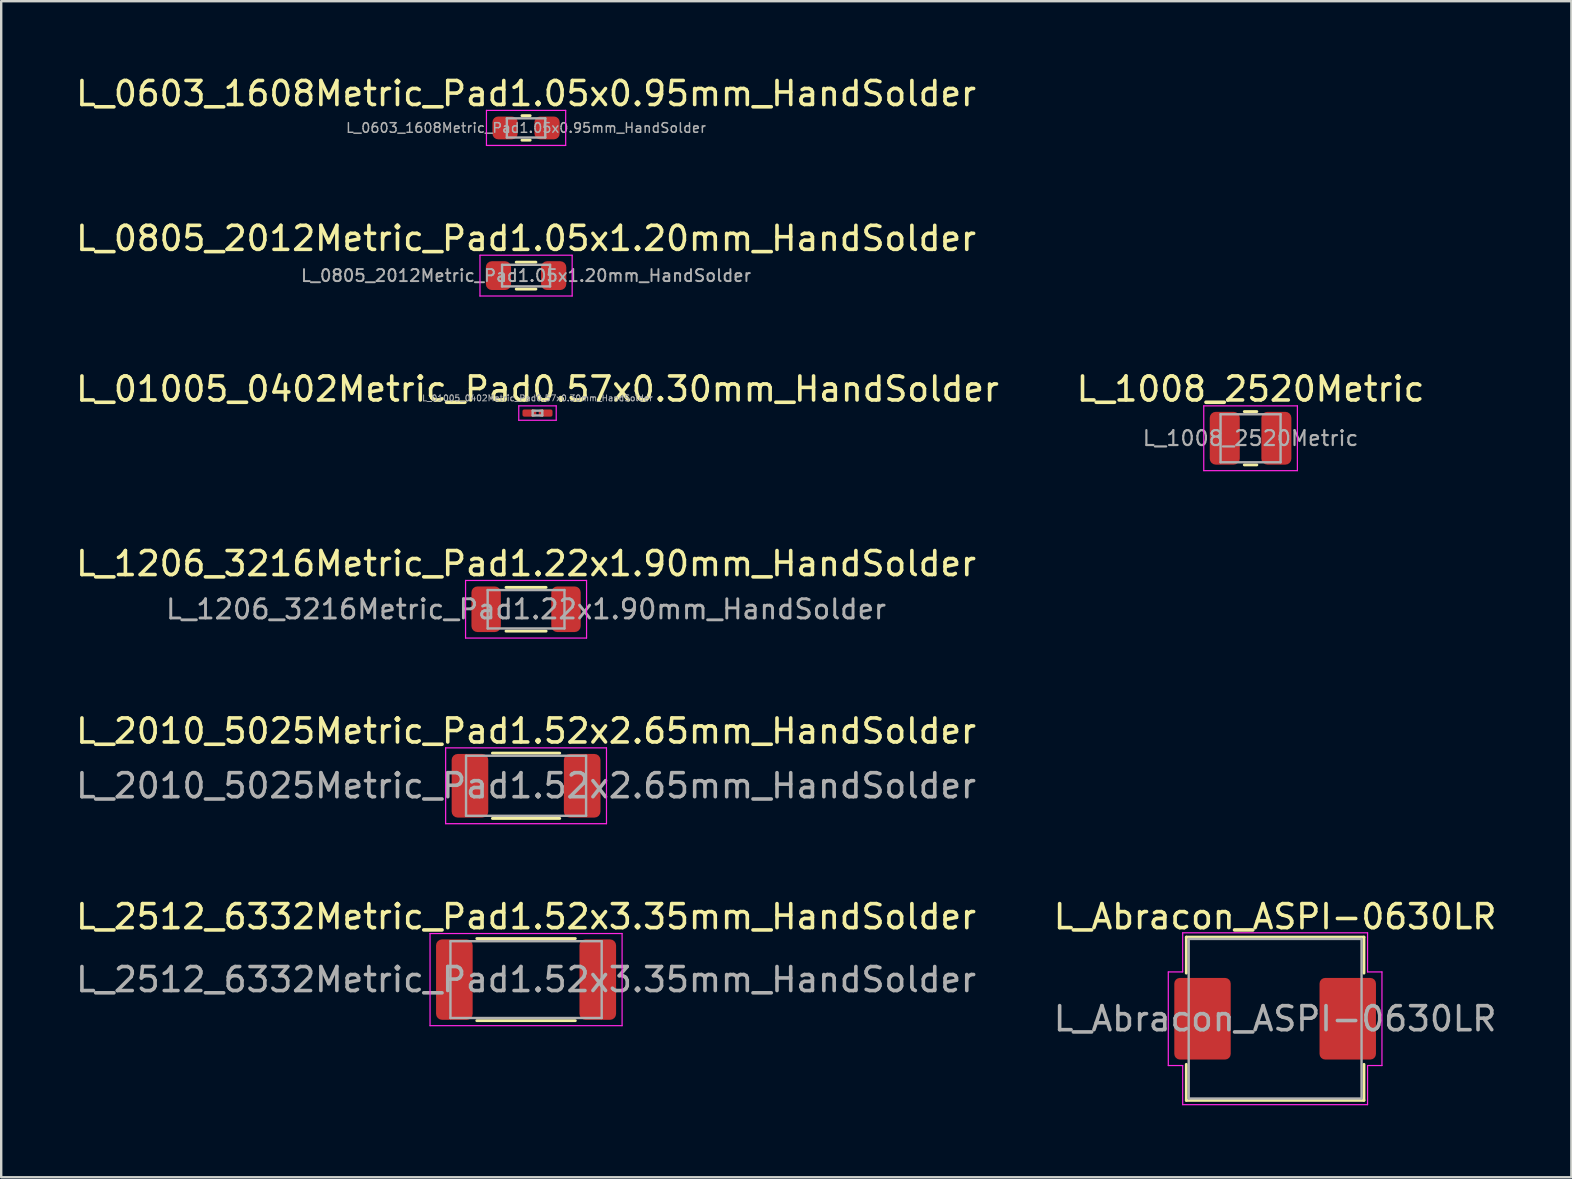
<source format=kicad_pcb>
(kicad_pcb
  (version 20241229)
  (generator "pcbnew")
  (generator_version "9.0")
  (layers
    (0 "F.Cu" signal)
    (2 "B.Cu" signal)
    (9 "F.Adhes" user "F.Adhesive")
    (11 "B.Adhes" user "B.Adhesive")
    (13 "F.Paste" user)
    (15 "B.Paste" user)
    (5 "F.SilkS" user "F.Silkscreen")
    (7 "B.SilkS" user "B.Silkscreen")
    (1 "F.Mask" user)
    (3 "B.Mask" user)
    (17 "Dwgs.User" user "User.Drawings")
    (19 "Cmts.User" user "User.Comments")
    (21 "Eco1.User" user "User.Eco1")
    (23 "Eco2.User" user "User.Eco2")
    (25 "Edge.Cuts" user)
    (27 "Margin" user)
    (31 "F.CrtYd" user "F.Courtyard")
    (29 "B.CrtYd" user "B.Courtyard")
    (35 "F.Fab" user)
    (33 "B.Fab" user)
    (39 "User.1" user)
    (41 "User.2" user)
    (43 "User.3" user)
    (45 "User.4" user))
  (footprint "L_01005_0402Metric_Pad0.57x0.30mm_HandSolder"
    (layer "F.Cu")
    (at 19.339 14.155)
    (property "Reference" "L_01005_0402Metric_Pad0.57x0.30mm_HandSolder" (at 0 -1 0) (layer "F.SilkS") (effects (font (size 1 1) (thickness 0.15))))
    (attr smd)
    (fp_line (start -0.78 -0.3) (end 0.78 -0.3) (stroke (width 0.05) (type solid)) (layer "F.CrtYd"))
    (fp_line (start -0.78 0.3) (end -0.78 -0.3) (stroke (width 0.05) (type solid)) (layer "F.CrtYd"))
    (fp_line (start 0.78 -0.3) (end 0.78 0.3) (stroke (width 0.05) (type solid)) (layer "F.CrtYd"))
    (fp_line (start 0.78 0.3) (end -0.78 0.3) (stroke (width 0.05) (type solid)) (layer "F.CrtYd"))
    (fp_line (start -0.2 -0.1) (end 0.2 -0.1) (stroke (width 0.1) (type solid)) (layer "F.Fab"))
    (fp_line (start -0.2 0.1) (end -0.2 -0.1) (stroke (width 0.1) (type solid)) (layer "F.Fab"))
    (fp_line (start 0.2 -0.1) (end 0.2 0.1) (stroke (width 0.1) (type solid)) (layer "F.Fab"))
    (fp_line (start 0.2 0.1) (end -0.2 0.1) (stroke (width 0.1) (type solid)) (layer "F.Fab"))
    (fp_text user "${REFERENCE}" (at 0 -0.62 0) (layer "F.Fab") (effects (font (size 0.25 0.25) (thickness 0.04))))
    (pad "" smd roundrect (at -0.362 0) (size 0.41 0.27) (layers "F.Paste") (roundrect_rratio 0.25))
    (pad "" smd roundrect (at 0.362 0) (size 0.41 0.27) (layers "F.Paste") (roundrect_rratio 0.25))
    (pad "1" smd roundrect (at -0.338 0) (size 0.575 0.3) (layers "F.Cu" "F.Mask") (roundrect_rratio 0.25))
    (pad "2" smd roundrect (at 0.338 0) (size 0.575 0.3) (layers "F.Cu" "F.Mask") (roundrect_rratio 0.25)))
  (footprint "L_2010_5025Metric_Pad1.52x2.65mm_HandSolder"
    (layer "F.Cu")
    (at 18.863 29.681)
    (property "Reference" "L_2010_5025Metric_Pad1.52x2.65mm_HandSolder" (at 0 -2.28 0) (layer "F.SilkS") (effects (font (size 1 1) (thickness 0.15))))
    (attr smd)
    (fp_line (start -1.402 -1.36) (end 1.402 -1.36) (stroke (width 0.12) (type solid)) (layer "F.SilkS"))
    (fp_line (start -1.402 1.36) (end 1.402 1.36) (stroke (width 0.12) (type solid)) (layer "F.SilkS"))
    (fp_line (start -3.35 -1.58) (end 3.35 -1.58) (stroke (width 0.05) (type solid)) (layer "F.CrtYd"))
    (fp_line (start -3.35 1.58) (end -3.35 -1.58) (stroke (width 0.05) (type solid)) (layer "F.CrtYd"))
    (fp_line (start 3.35 -1.58) (end 3.35 1.58) (stroke (width 0.05) (type solid)) (layer "F.CrtYd"))
    (fp_line (start 3.35 1.58) (end -3.35 1.58) (stroke (width 0.05) (type solid)) (layer "F.CrtYd"))
    (fp_line (start -2.5 -1.25) (end 2.5 -1.25) (stroke (width 0.1) (type solid)) (layer "F.Fab"))
    (fp_line (start -2.5 1.25) (end -2.5 -1.25) (stroke (width 0.1) (type solid)) (layer "F.Fab"))
    (fp_line (start 2.5 -1.25) (end 2.5 1.25) (stroke (width 0.1) (type solid)) (layer "F.Fab"))
    (fp_line (start 2.5 1.25) (end -2.5 1.25) (stroke (width 0.1) (type solid)) (layer "F.Fab"))
    (fp_text user "${REFERENCE}" (at 0 0 0) (layer "F.Fab") (effects (font (size 1 1) (thickness 0.15))))
    (pad "1" smd roundrect (at -2.337 0) (size 1.525 2.65) (layers "F.Cu" "F.Mask" "F.Paste") (roundrect_rratio 0.164))
    (pad "2" smd roundrect (at 2.337 0) (size 1.525 2.65) (layers "F.Cu" "F.Mask" "F.Paste") (roundrect_rratio 0.164)))
  (footprint "L_1008_2520Metric"
    (layer "F.Cu")
    (at 49.042 15.205)
    (property "Reference" "L_1008_2520Metric" (at 0 -2.05 0) (layer "F.SilkS") (effects (font (size 1 1) (thickness 0.15))))
    (attr smd)
    (fp_line (start -0.261 -1.11) (end 0.261 -1.11) (stroke (width 0.12) (type solid)) (layer "F.SilkS"))
    (fp_line (start -0.261 1.11) (end 0.261 1.11) (stroke (width 0.12) (type solid)) (layer "F.SilkS"))
    (fp_line (start -1.95 -1.35) (end 1.95 -1.35) (stroke (width 0.05) (type solid)) (layer "F.CrtYd"))
    (fp_line (start -1.95 1.35) (end -1.95 -1.35) (stroke (width 0.05) (type solid)) (layer "F.CrtYd"))
    (fp_line (start 1.95 -1.35) (end 1.95 1.35) (stroke (width 0.05) (type solid)) (layer "F.CrtYd"))
    (fp_line (start 1.95 1.35) (end -1.95 1.35) (stroke (width 0.05) (type solid)) (layer "F.CrtYd"))
    (fp_line (start -1.25 -1) (end 1.25 -1) (stroke (width 0.1) (type solid)) (layer "F.Fab"))
    (fp_line (start -1.25 1) (end -1.25 -1) (stroke (width 0.1) (type solid)) (layer "F.Fab"))
    (fp_line (start 1.25 -1) (end 1.25 1) (stroke (width 0.1) (type solid)) (layer "F.Fab"))
    (fp_line (start 1.25 1) (end -1.25 1) (stroke (width 0.1) (type solid)) (layer "F.Fab"))
    (fp_text user "${REFERENCE}" (at 0 0 0) (layer "F.Fab") (effects (font (size 0.62 0.62) (thickness 0.09))))
    (pad "1" smd roundrect (at -1.075 0) (size 1.25 2.2) (layers "F.Cu" "F.Mask" "F.Paste") (roundrect_rratio 0.2))
    (pad "2" smd roundrect (at 1.075 0) (size 1.25 2.2) (layers "F.Cu" "F.Mask" "F.Paste") (roundrect_rratio 0.2)))
  (footprint "L_0805_2012Metric_Pad1.05x1.20mm_HandSolder"
    (layer "F.Cu")
    (at 18.863 8.431)
    (property "Reference" "L_0805_2012Metric_Pad1.05x1.20mm_HandSolder" (at 0 -1.55 0) (layer "F.SilkS") (effects (font (size 1 1) (thickness 0.15))))
    (attr smd)
    (fp_line (start -0.41 -0.56) (end 0.41 -0.56) (stroke (width 0.12) (type solid)) (layer "F.SilkS"))
    (fp_line (start -0.41 0.56) (end 0.41 0.56) (stroke (width 0.12) (type solid)) (layer "F.SilkS"))
    (fp_line (start -1.92 -0.85) (end 1.92 -0.85) (stroke (width 0.05) (type solid)) (layer "F.CrtYd"))
    (fp_line (start -1.92 0.85) (end -1.92 -0.85) (stroke (width 0.05) (type solid)) (layer "F.CrtYd"))
    (fp_line (start 1.92 -0.85) (end 1.92 0.85) (stroke (width 0.05) (type solid)) (layer "F.CrtYd"))
    (fp_line (start 1.92 0.85) (end -1.92 0.85) (stroke (width 0.05) (type solid)) (layer "F.CrtYd"))
    (fp_line (start -1 -0.45) (end 1 -0.45) (stroke (width 0.1) (type solid)) (layer "F.Fab"))
    (fp_line (start -1 0.45) (end -1 -0.45) (stroke (width 0.1) (type solid)) (layer "F.Fab"))
    (fp_line (start 1 -0.45) (end 1 0.45) (stroke (width 0.1) (type solid)) (layer "F.Fab"))
    (fp_line (start 1 0.45) (end -1 0.45) (stroke (width 0.1) (type solid)) (layer "F.Fab"))
    (fp_text user "${REFERENCE}" (at 0 0 0) (layer "F.Fab") (effects (font (size 0.5 0.5) (thickness 0.08))))
    (pad "1" smd roundrect (at -1.15 0) (size 1.05 1.2) (layers "F.Cu" "F.Mask" "F.Paste") (roundrect_rratio 0.238))
    (pad "2" smd roundrect (at 1.15 0) (size 1.05 1.2) (layers "F.Cu" "F.Mask" "F.Paste") (roundrect_rratio 0.238)))
  (footprint "L_0603_1608Metric_Pad1.05x0.95mm_HandSolder"
    (layer "F.Cu")
    (at 18.863 2.278)
    (property "Reference" "L_0603_1608Metric_Pad1.05x0.95mm_HandSolder" (at 0 -1.43 0) (layer "F.SilkS") (effects (font (size 1 1) (thickness 0.15))))
    (attr smd)
    (fp_line (start -0.171 -0.51) (end 0.171 -0.51) (stroke (width 0.12) (type solid)) (layer "F.SilkS"))
    (fp_line (start -0.171 0.51) (end 0.171 0.51) (stroke (width 0.12) (type solid)) (layer "F.SilkS"))
    (fp_line (start -1.65 -0.73) (end 1.65 -0.73) (stroke (width 0.05) (type solid)) (layer "F.CrtYd"))
    (fp_line (start -1.65 0.73) (end -1.65 -0.73) (stroke (width 0.05) (type solid)) (layer "F.CrtYd"))
    (fp_line (start 1.65 -0.73) (end 1.65 0.73) (stroke (width 0.05) (type solid)) (layer "F.CrtYd"))
    (fp_line (start 1.65 0.73) (end -1.65 0.73) (stroke (width 0.05) (type solid)) (layer "F.CrtYd"))
    (fp_line (start -0.8 -0.4) (end 0.8 -0.4) (stroke (width 0.1) (type solid)) (layer "F.Fab"))
    (fp_line (start -0.8 0.4) (end -0.8 -0.4) (stroke (width 0.1) (type solid)) (layer "F.Fab"))
    (fp_line (start 0.8 -0.4) (end 0.8 0.4) (stroke (width 0.1) (type solid)) (layer "F.Fab"))
    (fp_line (start 0.8 0.4) (end -0.8 0.4) (stroke (width 0.1) (type solid)) (layer "F.Fab"))
    (fp_text user "${REFERENCE}" (at 0 0 0) (layer "F.Fab") (effects (font (size 0.4 0.4) (thickness 0.06))))
    (pad "1" smd roundrect (at -0.875 0) (size 1.05 0.95) (layers "F.Cu" "F.Mask" "F.Paste") (roundrect_rratio 0.25))
    (pad "2" smd roundrect (at 0.875 0) (size 1.05 0.95) (layers "F.Cu" "F.Mask" "F.Paste") (roundrect_rratio 0.25)))
  (footprint "L_2512_6332Metric_Pad1.52x3.35mm_HandSolder"
    (layer "F.Cu")
    (at 18.863 37.755)
    (property "Reference" "L_2512_6332Metric_Pad1.52x3.35mm_HandSolder" (at 0 -2.62 0) (layer "F.SilkS") (effects (font (size 1 1) (thickness 0.15))))
    (attr smd)
    (fp_line (start -2.052 -1.71) (end 2.052 -1.71) (stroke (width 0.12) (type solid)) (layer "F.SilkS"))
    (fp_line (start -2.052 1.71) (end 2.052 1.71) (stroke (width 0.12) (type solid)) (layer "F.SilkS"))
    (fp_line (start -4 -1.92) (end 4 -1.92) (stroke (width 0.05) (type solid)) (layer "F.CrtYd"))
    (fp_line (start -4 1.92) (end -4 -1.92) (stroke (width 0.05) (type solid)) (layer "F.CrtYd"))
    (fp_line (start 4 -1.92) (end 4 1.92) (stroke (width 0.05) (type solid)) (layer "F.CrtYd"))
    (fp_line (start 4 1.92) (end -4 1.92) (stroke (width 0.05) (type solid)) (layer "F.CrtYd"))
    (fp_line (start -3.15 -1.6) (end 3.15 -1.6) (stroke (width 0.1) (type solid)) (layer "F.Fab"))
    (fp_line (start -3.15 1.6) (end -3.15 -1.6) (stroke (width 0.1) (type solid)) (layer "F.Fab"))
    (fp_line (start 3.15 -1.6) (end 3.15 1.6) (stroke (width 0.1) (type solid)) (layer "F.Fab"))
    (fp_line (start 3.15 1.6) (end -3.15 1.6) (stroke (width 0.1) (type solid)) (layer "F.Fab"))
    (fp_text user "${REFERENCE}" (at 0 0 0) (layer "F.Fab") (effects (font (size 1 1) (thickness 0.15))))
    (pad "1" smd roundrect (at -2.987 0) (size 1.525 3.35) (layers "F.Cu" "F.Mask" "F.Paste") (roundrect_rratio 0.164))
    (pad "2" smd roundrect (at 2.987 0) (size 1.525 3.35) (layers "F.Cu" "F.Mask" "F.Paste") (roundrect_rratio 0.164)))
  (footprint "L_1206_3216Metric_Pad1.22x1.90mm_HandSolder"
    (layer "F.Cu")
    (at 18.863 22.328)
    (property "Reference" "L_1206_3216Metric_Pad1.22x1.90mm_HandSolder" (at 0 -1.9 0) (layer "F.SilkS") (effects (font (size 1 1) (thickness 0.15))))
    (attr smd)
    (fp_line (start -0.835 -0.91) (end 0.835 -0.91) (stroke (width 0.12) (type solid)) (layer "F.SilkS"))
    (fp_line (start -0.835 0.91) (end 0.835 0.91) (stroke (width 0.12) (type solid)) (layer "F.SilkS"))
    (fp_line (start -2.52 -1.2) (end 2.52 -1.2) (stroke (width 0.05) (type solid)) (layer "F.CrtYd"))
    (fp_line (start -2.52 1.2) (end -2.52 -1.2) (stroke (width 0.05) (type solid)) (layer "F.CrtYd"))
    (fp_line (start 2.52 -1.2) (end 2.52 1.2) (stroke (width 0.05) (type solid)) (layer "F.CrtYd"))
    (fp_line (start 2.52 1.2) (end -2.52 1.2) (stroke (width 0.05) (type solid)) (layer "F.CrtYd"))
    (fp_line (start -1.6 -0.8) (end 1.6 -0.8) (stroke (width 0.1) (type solid)) (layer "F.Fab"))
    (fp_line (start -1.6 0.8) (end -1.6 -0.8) (stroke (width 0.1) (type solid)) (layer "F.Fab"))
    (fp_line (start 1.6 -0.8) (end 1.6 0.8) (stroke (width 0.1) (type solid)) (layer "F.Fab"))
    (fp_line (start 1.6 0.8) (end -1.6 0.8) (stroke (width 0.1) (type solid)) (layer "F.Fab"))
    (fp_text user "${REFERENCE}" (at 0 0 0) (layer "F.Fab") (effects (font (size 0.8 0.8) (thickness 0.12))))
    (pad "1" smd roundrect (at -1.663 0) (size 1.225 1.9) (layers "F.Cu" "F.Mask" "F.Paste") (roundrect_rratio 0.204))
    (pad "2" smd roundrect (at 1.663 0) (size 1.225 1.9) (layers "F.Cu" "F.Mask" "F.Paste") (roundrect_rratio 0.204)))
  (footprint "L_Abracon_ASPI-0630LR"
    (layer "F.Cu")
    (at 50.065 39.385)
    (property "Reference" "L_Abracon_ASPI-0630LR" (at 0 -4.25 0) (layer "F.SilkS") (effects (font (size 1 1) (thickness 0.15))))
    (attr smd)
    (fp_line (start -3.7 -3.4) (end -3.7 -1.9) (stroke (width 0.12) (type solid)) (layer "F.SilkS"))
    (fp_line (start -3.7 3.4) (end -3.7 1.9) (stroke (width 0.12) (type solid)) (layer "F.SilkS"))
    (fp_line (start -3.7 3.4) (end 3.7 3.4) (stroke (width 0.12) (type solid)) (layer "F.SilkS"))
    (fp_line (start 3.7 -3.4) (end -3.7 -3.4) (stroke (width 0.12) (type solid)) (layer "F.SilkS"))
    (fp_line (start 3.7 -3.4) (end 3.7 -1.9) (stroke (width 0.12) (type solid)) (layer "F.SilkS"))
    (fp_line (start 3.7 3.4) (end 3.7 1.9) (stroke (width 0.12) (type solid)) (layer "F.SilkS"))
    (fp_line (start -4.45 -1.95) (end -4.45 1.95) (stroke (width 0.05) (type solid)) (layer "F.CrtYd"))
    (fp_line (start -4.45 1.95) (end -3.85 1.95) (stroke (width 0.05) (type solid)) (layer "F.CrtYd"))
    (fp_line (start -3.85 -3.58) (end -3.85 -1.95) (stroke (width 0.05) (type solid)) (layer "F.CrtYd"))
    (fp_line (start -3.85 -1.95) (end -4.45 -1.95) (stroke (width 0.05) (type solid)) (layer "F.CrtYd"))
    (fp_line (start -3.85 1.95) (end -3.85 3.58) (stroke (width 0.05) (type solid)) (layer "F.CrtYd"))
    (fp_line (start -3.85 3.58) (end 3.85 3.58) (stroke (width 0.05) (type solid)) (layer "F.CrtYd"))
    (fp_line (start 3.85 -3.58) (end -3.85 -3.58) (stroke (width 0.05) (type solid)) (layer "F.CrtYd"))
    (fp_line (start 3.85 -1.95) (end 3.85 -3.58) (stroke (width 0.05) (type solid)) (layer "F.CrtYd"))
    (fp_line (start 3.85 1.95) (end 4.45 1.95) (stroke (width 0.05) (type solid)) (layer "F.CrtYd"))
    (fp_line (start 3.85 3.58) (end 3.85 1.95) (stroke (width 0.05) (type solid)) (layer "F.CrtYd"))
    (fp_line (start 4.45 -1.95) (end 3.85 -1.95) (stroke (width 0.05) (type solid)) (layer "F.CrtYd"))
    (fp_line (start 4.45 1.95) (end 4.45 -1.95) (stroke (width 0.05) (type solid)) (layer "F.CrtYd"))
    (fp_line (start -3.6 -3.325) (end 3.6 -3.325) (stroke (width 0.1) (type solid)) (layer "F.Fab"))
    (fp_line (start -3.6 3.325) (end -3.6 -3.325) (stroke (width 0.1) (type solid)) (layer "F.Fab"))
    (fp_line (start 3.6 -3.325) (end 3.6 3.325) (stroke (width 0.1) (type solid)) (layer "F.Fab"))
    (fp_line (start 3.6 3.325) (end -3.6 3.325) (stroke (width 0.1) (type solid)) (layer "F.Fab"))
    (fp_text user "${REFERENCE}" (at 0 0 0) (layer "F.Fab") (effects (font (size 1 1) (thickness 0.15))))
    (pad "1" smd roundrect (at -3.025 0) (size 2.35 3.4) (layers "F.Cu" "F.Mask" "F.Paste") (roundrect_rratio 0.1))
    (pad "2" smd roundrect (at 3.025 0) (size 2.35 3.4) (layers "F.Cu" "F.Mask" "F.Paste") (roundrect_rratio 0.1)))
  (gr_rect
    (start -3 -3)
    (end 62.405 45.989)
    (stroke (width 0.1) (type default))
    (fill no)
    (layer "Edge.Cuts")))
</source>
